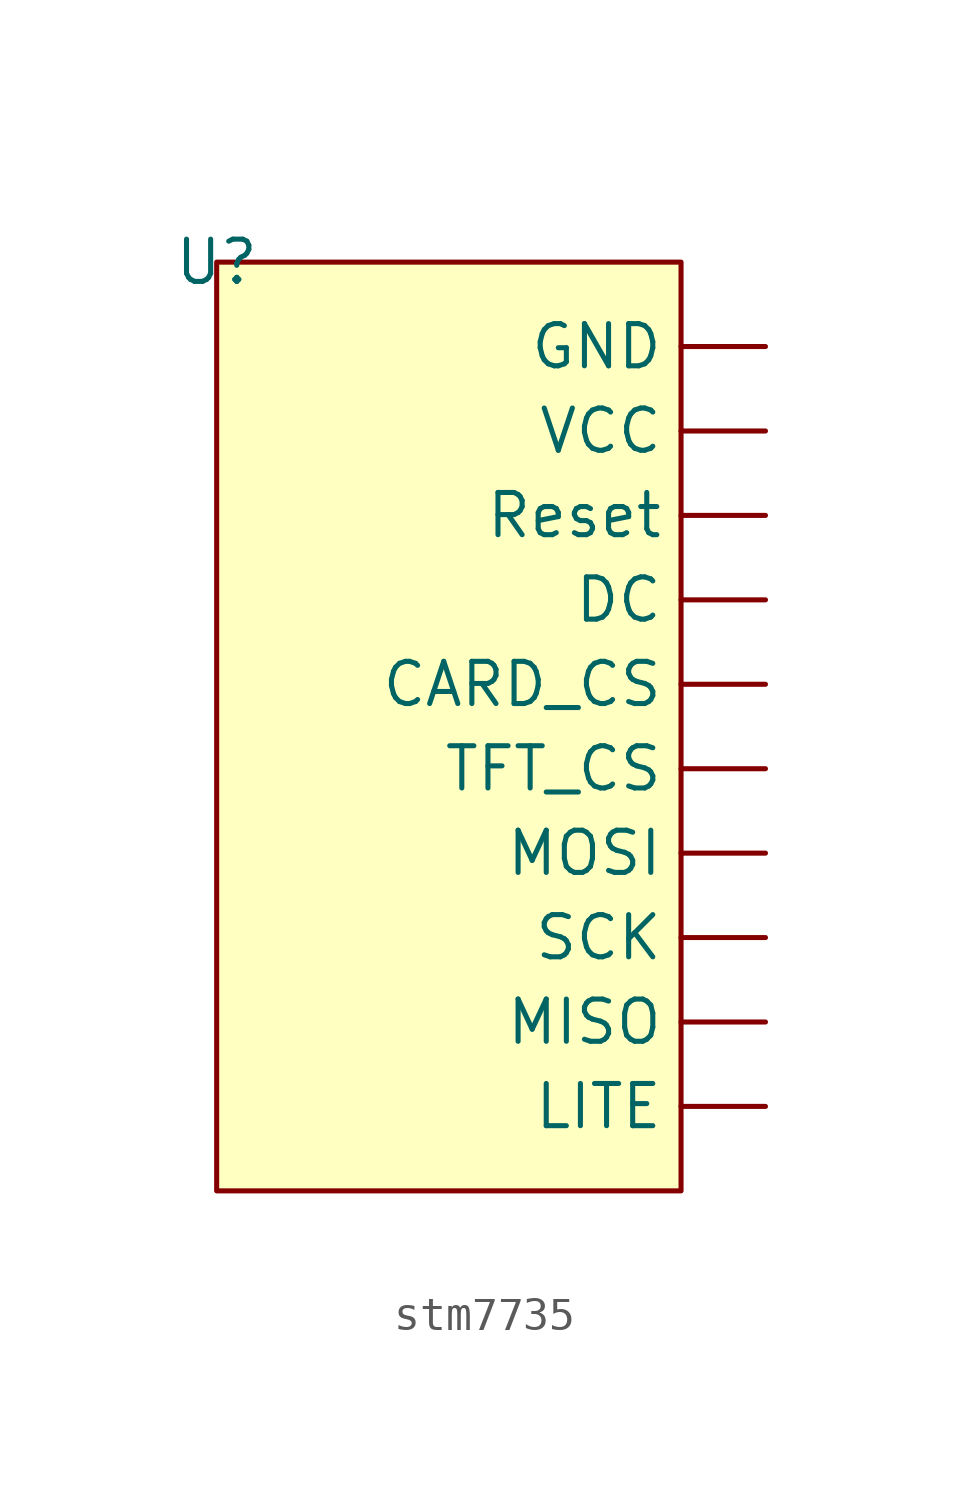
<source format=kicad_sym>
(kicad_symbol_lib
  (version 20231120)
  (generator "kicad_symbol_editor")
  (generator_version "8.0")
  (symbol "stm7735"
    (property "Reference" "U"
      (at 0 0 0)
      (effects (font (size 1.27 1.27))))
    (property "Value" ""
      (at 0 0 0)
      (effects (font (size 1.27 1.27))))
    (symbol "stm7735_0_1"
      (rectangle (start 0 0) (end 13.97 -27.94) (stroke (width 0) (type default)) (fill (type background))))
    (symbol "stm7735_1_1"
      (pin input line (at 16.51 -12.7 180) (length 2.54) (name "CARD_CS" (effects (font (size 1.27 1.27)))) (number "" (effects (font (size 1.27 1.27)))))
      (pin input line (at 16.51 -10.16 180) (length 2.54) (name "DC" (effects (font (size 1.27 1.27)))) (number "" (effects (font (size 1.27 1.27)))))
      (pin input line (at 16.51 -2.54 180) (length 2.54) (name "GND" (effects (font (size 1.27 1.27)))) (number "" (effects (font (size 1.27 1.27)))))
      (pin input line (at 16.51 -25.4 180) (length 2.54) (name "LITE" (effects (font (size 1.27 1.27)))) (number "" (effects (font (size 1.27 1.27)))))
      (pin input line (at 16.51 -22.86 180) (length 2.54) (name "MISO" (effects (font (size 1.27 1.27)))) (number "" (effects (font (size 1.27 1.27)))))
      (pin input line (at 16.51 -17.78 180) (length 2.54) (name "MOSI" (effects (font (size 1.27 1.27)))) (number "" (effects (font (size 1.27 1.27)))))
      (pin input line (at 16.51 -7.62 180) (length 2.54) (name "Reset" (effects (font (size 1.27 1.27)))) (number "" (effects (font (size 1.27 1.27)))))
      (pin input line (at 16.51 -20.32 180) (length 2.54) (name "SCK" (effects (font (size 1.27 1.27)))) (number "" (effects (font (size 1.27 1.27)))))
      (pin input line (at 16.51 -15.24 180) (length 2.54) (name "TFT_CS" (effects (font (size 1.27 1.27)))) (number "" (effects (font (size 1.27 1.27)))))
      (pin input line (at 16.51 -5.08 180) (length 2.54) (name "VCC" (effects (font (size 1.27 1.27)))) (number "" (effects (font (size 1.27 1.27))))))))
</source>
